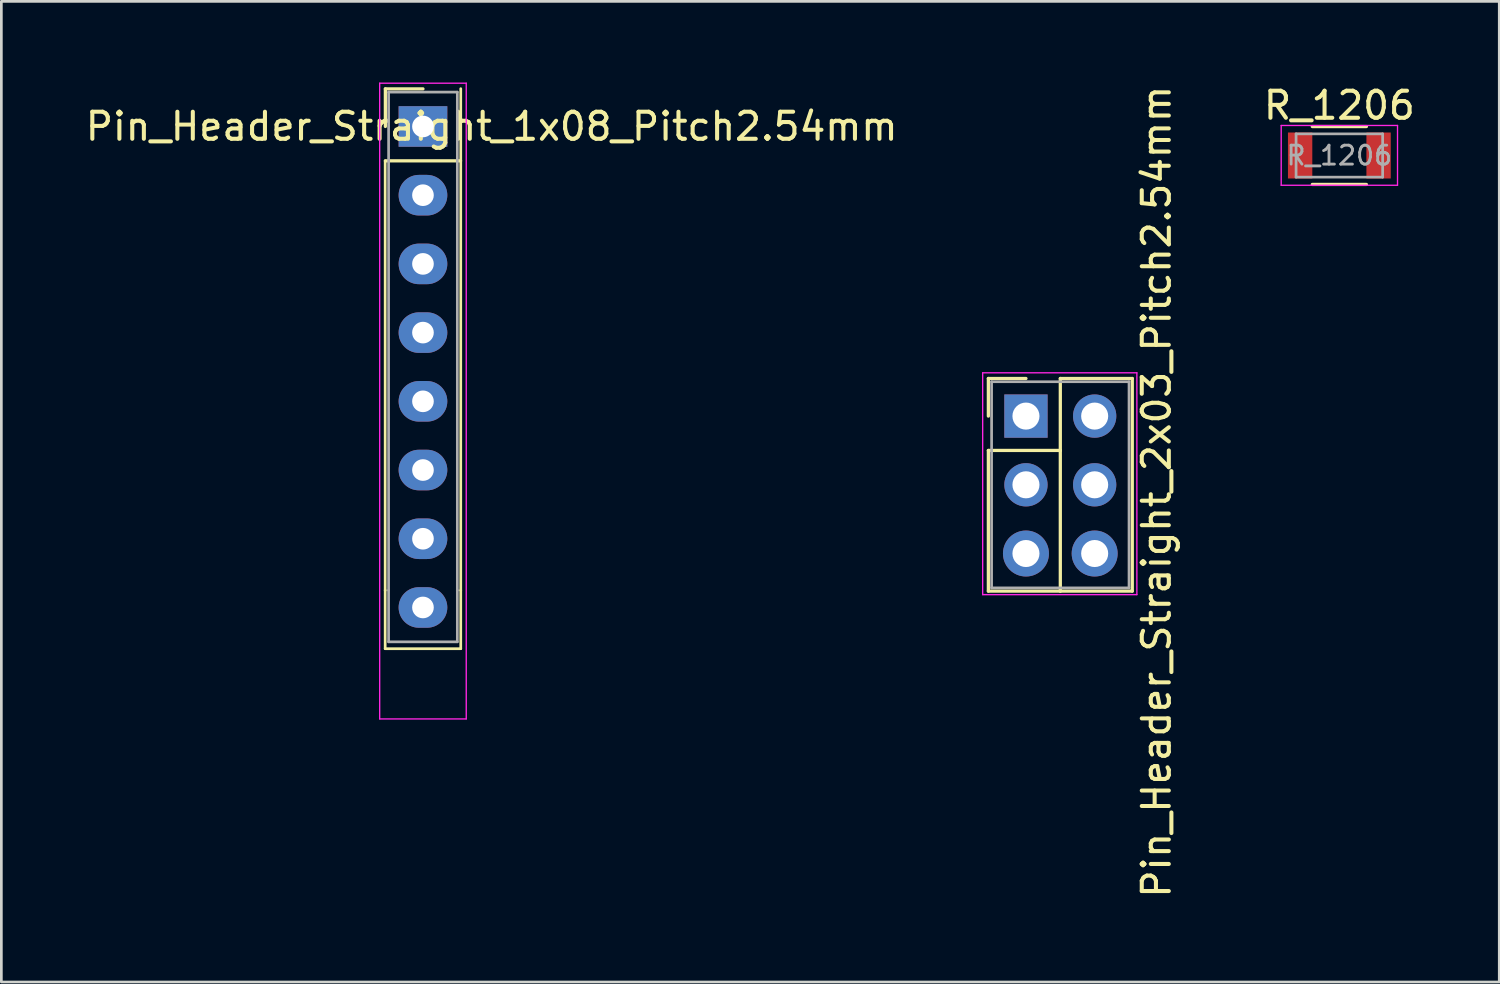
<source format=kicad_pcb>
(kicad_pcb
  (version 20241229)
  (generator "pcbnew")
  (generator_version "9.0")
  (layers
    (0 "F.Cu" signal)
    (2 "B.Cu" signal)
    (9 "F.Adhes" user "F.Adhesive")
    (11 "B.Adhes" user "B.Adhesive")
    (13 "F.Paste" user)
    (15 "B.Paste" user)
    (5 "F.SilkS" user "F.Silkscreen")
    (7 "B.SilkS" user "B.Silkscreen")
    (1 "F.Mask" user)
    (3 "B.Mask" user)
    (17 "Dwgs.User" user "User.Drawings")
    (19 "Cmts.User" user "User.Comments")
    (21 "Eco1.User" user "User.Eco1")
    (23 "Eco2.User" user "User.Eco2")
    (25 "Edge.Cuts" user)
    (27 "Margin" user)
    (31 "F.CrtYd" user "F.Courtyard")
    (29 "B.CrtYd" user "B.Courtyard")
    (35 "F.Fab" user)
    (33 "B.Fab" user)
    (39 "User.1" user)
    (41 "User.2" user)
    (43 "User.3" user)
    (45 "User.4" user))
  (footprint "Pin_Header_Straight_1x08_Pitch2.54mm"
    (layer "F.Cu")
    (at 12.585 1.625)
    (property "Reference" "Pin_Header_Straight_1x08_Pitch2.54mm" (at 2.54 0 0) (layer "F.SilkS") (effects (font (size 1 1) (thickness 0.15))))
    (attr through_hole)
    (fp_line (start -1.397 17.145) (end -1.397 1.27) (stroke (width 0.1) (type solid)) (layer "F.SilkS"))
    (fp_line (start -1.397 17.145) (end -1.397 19.304) (stroke (width 0.1) (type solid)) (layer "F.SilkS"))
    (fp_line (start -1.397 19.304) (end 1.397 19.304) (stroke (width 0.1) (type solid)) (layer "F.SilkS"))
    (fp_line (start -1.39 -1.39) (end 0 -1.39) (stroke (width 0.12) (type solid)) (layer "F.SilkS"))
    (fp_line (start -1.39 0) (end -1.39 -1.39) (stroke (width 0.12) (type solid)) (layer "F.SilkS"))
    (fp_line (start 1.39 1.27) (end -1.39 1.27) (stroke (width 0.12) (type solid)) (layer "F.SilkS"))
    (fp_line (start 1.397 17.145) (end 1.397 -1.397) (stroke (width 0.1) (type solid)) (layer "F.SilkS"))
    (fp_line (start 1.397 19.304) (end 1.397 17.145) (stroke (width 0.1) (type solid)) (layer "F.SilkS"))
    (fp_line (start -1.6 -1.6) (end -1.6 21.9) (stroke (width 0.05) (type solid)) (layer "F.CrtYd"))
    (fp_line (start -1.6 21.9) (end 1.6 21.9) (stroke (width 0.05) (type solid)) (layer "F.CrtYd"))
    (fp_line (start 1.6 -1.6) (end -1.6 -1.6) (stroke (width 0.05) (type solid)) (layer "F.CrtYd"))
    (fp_line (start 1.6 21.9) (end 1.6 -1.6) (stroke (width 0.05) (type solid)) (layer "F.CrtYd"))
    (fp_line (start -1.27 17.145) (end -1.27 -1.27) (stroke (width 0.1) (type solid)) (layer "F.Fab"))
    (fp_line (start -1.27 17.145) (end -1.27 19.05) (stroke (width 0.1) (type solid)) (layer "F.Fab"))
    (fp_line (start -1.27 19.05) (end 1.27 19.05) (stroke (width 0.1) (type solid)) (layer "F.Fab"))
    (fp_line (start 1.27 -1.27) (end -1.27 -1.27) (stroke (width 0.1) (type solid)) (layer "F.Fab"))
    (fp_line (start 1.27 -1.27) (end 1.27 17.145) (stroke (width 0.1) (type solid)) (layer "F.Fab"))
    (fp_line (start 1.27 19.05) (end 1.27 17.145) (stroke (width 0.1) (type solid)) (layer "F.Fab"))
    (pad "1" thru_hole rect (at 0 0) (size 1.8 1.5) (drill 0.8) (layers "*.Cu" "*.Mask"))
    (pad "2" thru_hole oval (at 0 2.54) (size 1.8 1.5) (drill 0.8) (layers "*.Cu" "*.Mask"))
    (pad "3" thru_hole oval (at 0 5.08) (size 1.8 1.5) (drill 0.8) (layers "*.Cu" "*.Mask"))
    (pad "4" thru_hole oval (at 0 7.62) (size 1.8 1.5) (drill 0.8) (layers "*.Cu" "*.Mask"))
    (pad "5" thru_hole oval (at 0 10.16) (size 1.8 1.5) (drill 0.8) (layers "*.Cu" "*.Mask"))
    (pad "6" thru_hole oval (at 0 12.7) (size 1.8 1.5) (drill 0.8) (layers "*.Cu" "*.Mask"))
    (pad "7" thru_hole oval (at 0 15.24) (size 1.8 1.5) (drill 0.8) (layers "*.Cu" "*.Mask"))
    (pad "8" thru_hole oval (at 0 17.78) (size 1.8 1.5) (drill 0.8) (layers "*.Cu" "*.Mask")))
  (footprint "Pin_Header_Straight_2x03_Pitch2.54mm"
    (layer "F.Cu")
    (at 34.875 12.331)
    (property "Reference" "Pin_Header_Straight_2x03_Pitch2.54mm" (at 4.826 2.794 90) (layer "F.SilkS") (effects (font (size 1 1) (thickness 0.15))))
    (attr through_hole)
    (fp_line (start -1.39 -1.39) (end 0 -1.39) (stroke (width 0.12) (type solid)) (layer "F.SilkS"))
    (fp_line (start -1.39 0) (end -1.39 -1.39) (stroke (width 0.12) (type solid)) (layer "F.SilkS"))
    (fp_line (start -1.39 1.27) (end -1.39 6.47) (stroke (width 0.12) (type solid)) (layer "F.SilkS"))
    (fp_line (start -1.39 6.47) (end 3.93 6.47) (stroke (width 0.12) (type solid)) (layer "F.SilkS"))
    (fp_line (start 1.27 -1.39) (end 1.27 1.27) (stroke (width 0.12) (type solid)) (layer "F.SilkS"))
    (fp_line (start 1.27 1.27) (end -1.39 1.27) (stroke (width 0.12) (type solid)) (layer "F.SilkS"))
    (fp_line (start 1.27 1.27) (end 1.27 6.477) (stroke (width 0.12) (type solid)) (layer "F.SilkS"))
    (fp_line (start 3.93 -1.39) (end 1.27 -1.39) (stroke (width 0.12) (type solid)) (layer "F.SilkS"))
    (fp_line (start 3.93 6.47) (end 3.93 -1.39) (stroke (width 0.12) (type solid)) (layer "F.SilkS"))
    (fp_line (start -1.6 -1.6) (end -1.6 6.6) (stroke (width 0.05) (type solid)) (layer "F.CrtYd"))
    (fp_line (start -1.6 6.6) (end 4.1 6.6) (stroke (width 0.05) (type solid)) (layer "F.CrtYd"))
    (fp_line (start 4.1 -1.6) (end -1.6 -1.6) (stroke (width 0.05) (type solid)) (layer "F.CrtYd"))
    (fp_line (start 4.1 6.6) (end 4.1 -1.6) (stroke (width 0.05) (type solid)) (layer "F.CrtYd"))
    (fp_line (start -1.27 -1.27) (end -1.27 6.35) (stroke (width 0.1) (type solid)) (layer "F.Fab"))
    (fp_line (start -1.27 6.35) (end 3.81 6.35) (stroke (width 0.1) (type solid)) (layer "F.Fab"))
    (fp_line (start 3.81 -1.27) (end -1.27 -1.27) (stroke (width 0.1) (type solid)) (layer "F.Fab"))
    (fp_line (start 3.81 6.35) (end 3.81 -1.27) (stroke (width 0.1) (type solid)) (layer "F.Fab"))
    (pad "1" thru_hole rect (at 0 0) (size 1.6 1.6) (drill 1) (layers "*.Cu" "*.Mask"))
    (pad "2" thru_hole oval (at 2.54 0) (size 1.6 1.6) (drill 1) (layers "*.Cu" "*.Mask"))
    (pad "3" thru_hole oval (at 0 2.54) (size 1.6 1.6) (drill 1) (layers "*.Cu" "*.Mask"))
    (pad "4" thru_hole oval (at 2.54 2.54) (size 1.6 1.6) (drill 1) (layers "*.Cu" "*.Mask"))
    (pad "5" thru_hole oval (at 0 5.08) (size 1.7 1.7) (drill 1) (layers "*.Cu" "*.Mask"))
    (pad "6" thru_hole oval (at 2.54 5.08) (size 1.7 1.7) (drill 1) (layers "*.Cu" "*.Mask")))
  (footprint "R_1206"
    (layer "F.Cu")
    (at 46.46 2.698)
    (property "Reference" "R_1206" (at 0 -1.85 0) (layer "F.SilkS") (effects (font (size 1 1) (thickness 0.15))))
    (attr smd)
    (fp_line (start -1 -1.07) (end 1 -1.07) (stroke (width 0.12) (type solid)) (layer "F.SilkS"))
    (fp_line (start 1 1.07) (end -1 1.07) (stroke (width 0.12) (type solid)) (layer "F.SilkS"))
    (fp_line (start -2.15 -1.11) (end -2.15 1.1) (stroke (width 0.05) (type solid)) (layer "F.CrtYd"))
    (fp_line (start -2.15 -1.11) (end 2.15 -1.11) (stroke (width 0.05) (type solid)) (layer "F.CrtYd"))
    (fp_line (start 2.15 1.1) (end -2.15 1.1) (stroke (width 0.05) (type solid)) (layer "F.CrtYd"))
    (fp_line (start 2.15 1.1) (end 2.15 -1.11) (stroke (width 0.05) (type solid)) (layer "F.CrtYd"))
    (fp_line (start -1.6 -0.8) (end 1.6 -0.8) (stroke (width 0.1) (type solid)) (layer "F.Fab"))
    (fp_line (start -1.6 0.8) (end -1.6 -0.8) (stroke (width 0.1) (type solid)) (layer "F.Fab"))
    (fp_line (start 1.6 -0.8) (end 1.6 0.8) (stroke (width 0.1) (type solid)) (layer "F.Fab"))
    (fp_line (start 1.6 0.8) (end -1.6 0.8) (stroke (width 0.1) (type solid)) (layer "F.Fab"))
    (fp_text user "${REFERENCE}" (at 0 0 0) (layer "F.Fab") (effects (font (size 0.7 0.7) (thickness 0.105))))
    (pad "1" smd rect (at -1.45 0) (size 0.9 1.7) (layers "F.Cu" "F.Mask" "F.Paste"))
    (pad "2" smd rect (at 1.45 0) (size 0.9 1.7) (layers "F.Cu" "F.Mask" "F.Paste")))
  (gr_rect
    (start -3 -3)
    (end 52.371 33.25)
    (stroke (width 0.1) (type default))
    (fill no)
    (layer "Edge.Cuts")))
</source>
